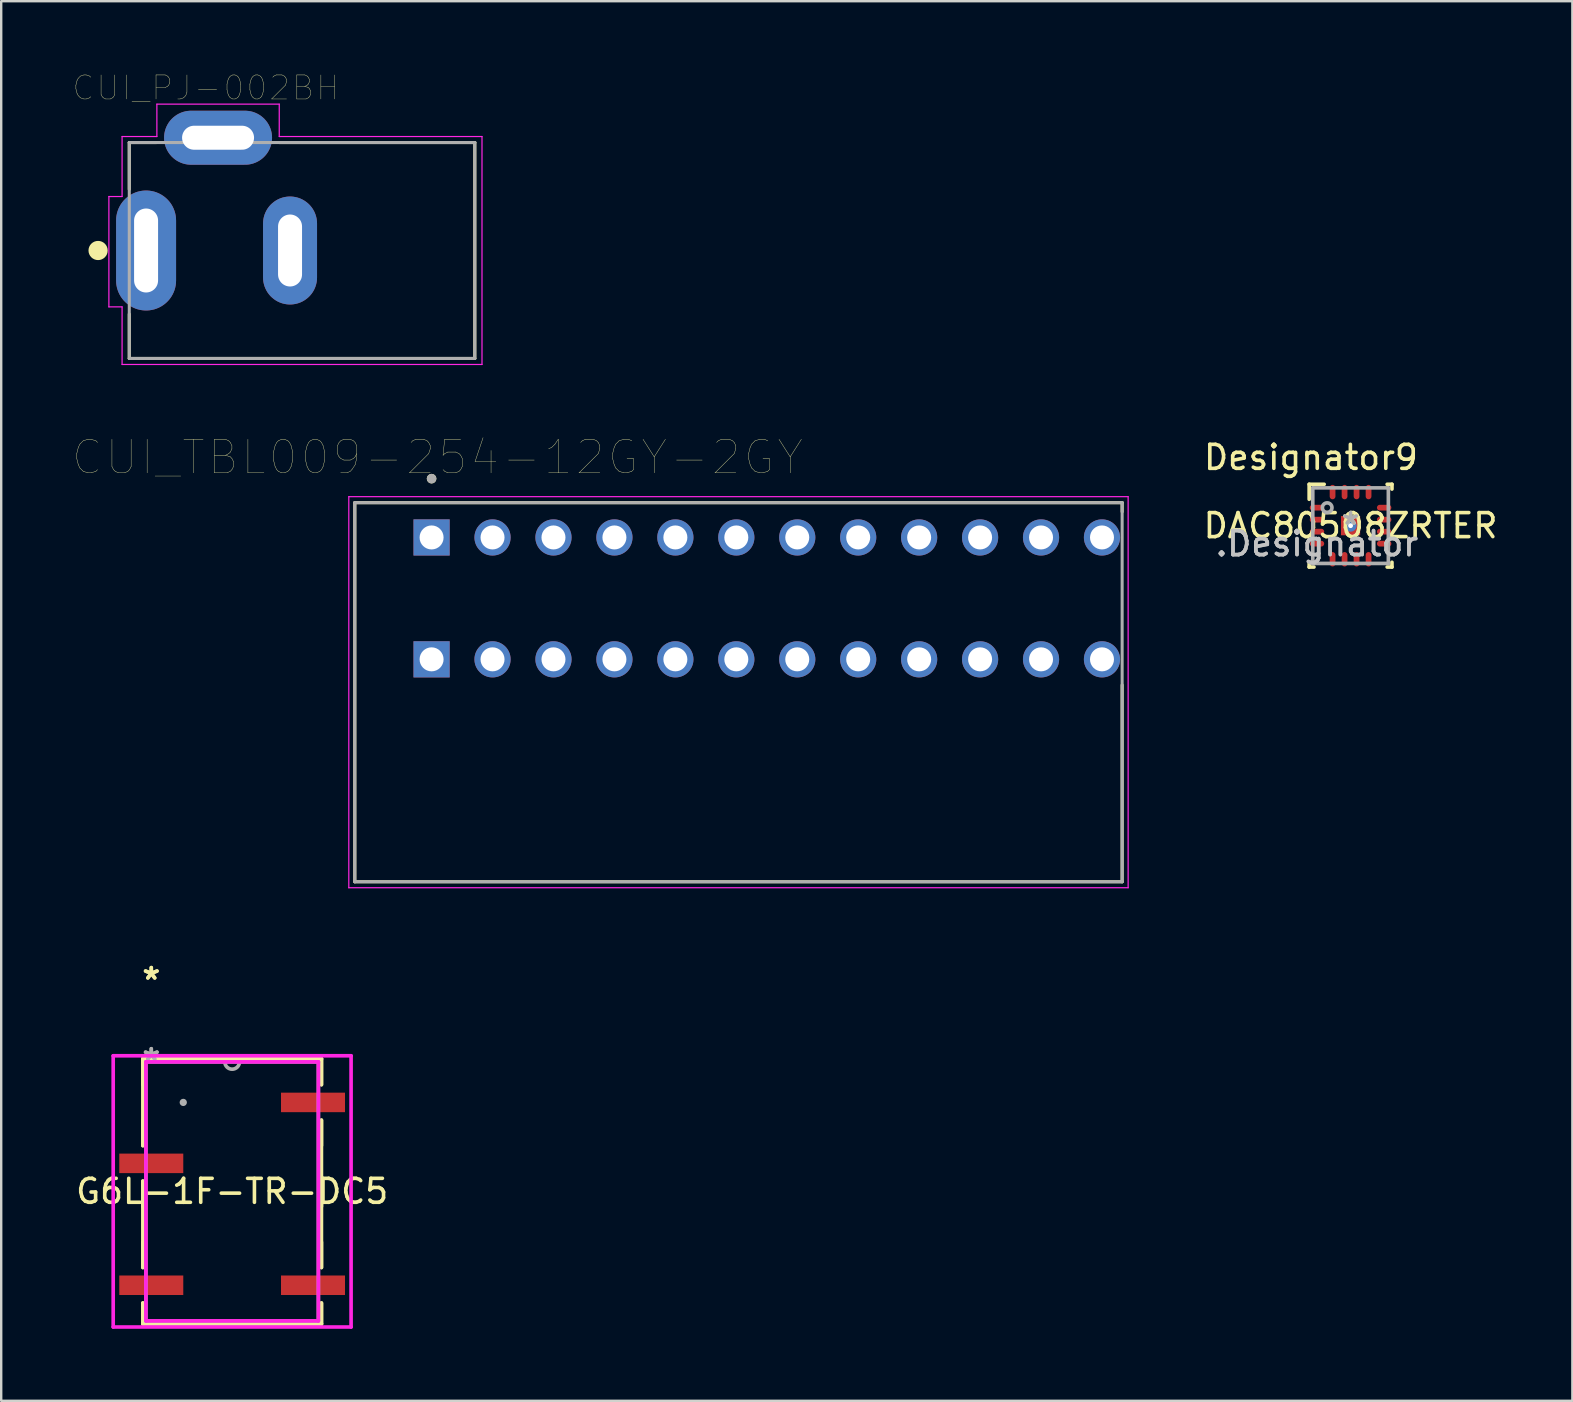
<source format=kicad_pcb>
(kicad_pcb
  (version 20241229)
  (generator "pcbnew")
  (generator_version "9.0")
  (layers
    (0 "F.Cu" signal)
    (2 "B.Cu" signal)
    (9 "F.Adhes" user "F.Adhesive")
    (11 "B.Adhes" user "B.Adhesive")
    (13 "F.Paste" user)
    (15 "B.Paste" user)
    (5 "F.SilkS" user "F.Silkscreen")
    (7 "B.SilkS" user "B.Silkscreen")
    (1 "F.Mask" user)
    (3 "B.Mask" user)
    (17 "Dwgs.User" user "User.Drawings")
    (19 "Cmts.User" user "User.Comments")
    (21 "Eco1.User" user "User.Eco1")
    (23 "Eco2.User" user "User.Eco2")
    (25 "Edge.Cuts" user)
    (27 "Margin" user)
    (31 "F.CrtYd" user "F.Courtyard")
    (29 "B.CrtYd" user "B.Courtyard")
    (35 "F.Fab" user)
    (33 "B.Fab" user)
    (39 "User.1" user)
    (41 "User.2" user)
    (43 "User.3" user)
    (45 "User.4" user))
  (footprint "DAC80508ZRTER"
    (layer "F.Cu")
    (at 53.237 18.858)
    (property "Reference" "DAC80508ZRTER" (at 0 0 0) (layer "F.SilkS") (effects (font (size 1 1) (thickness 0.15))))
    (attr through_hole)
    (fp_line (start -1.725 -1.725) (end -1.1 -1.725) (stroke (width 0.152) (type solid)) (layer "F.SilkS"))
    (fp_line (start -1.725 -1.1) (end -1.725 -1.725) (stroke (width 0.152) (type solid)) (layer "F.SilkS"))
    (fp_line (start -1.725 1.725) (end -1.725 1.525) (stroke (width 0.152) (type solid)) (layer "F.SilkS"))
    (fp_line (start -1.725 1.725) (end -1.525 1.725) (stroke (width 0.152) (type solid)) (layer "F.SilkS"))
    (fp_line (start 1.525 -1.725) (end 1.725 -1.725) (stroke (width 0.152) (type solid)) (layer "F.SilkS"))
    (fp_line (start 1.525 1.725) (end 1.725 1.725) (stroke (width 0.152) (type solid)) (layer "F.SilkS"))
    (fp_line (start 1.725 -1.525) (end 1.725 -1.725) (stroke (width 0.152) (type solid)) (layer "F.SilkS"))
    (fp_line (start 1.725 1.725) (end 1.725 1.525) (stroke (width 0.152) (type solid)) (layer "F.SilkS"))
    (fp_line (start -0.379 -0.379) (end -0.379 0.379) (stroke (width 0.152) (type solid)) (layer "F.Paste"))
    (fp_line (start -0.379 0.379) (end 0.379 0.379) (stroke (width 0.152) (type solid)) (layer "F.Paste"))
    (fp_line (start 0.379 -0.379) (end -0.379 -0.379) (stroke (width 0.152) (type solid)) (layer "F.Paste"))
    (fp_line (start 0.379 0.379) (end 0.379 -0.379) (stroke (width 0.152) (type solid)) (layer "F.Paste"))
    (fp_line (start -1.575 -1.575) (end 1.575 -1.575) (stroke (width 0.152) (type solid)) (layer "F.Fab"))
    (fp_line (start -1.575 1.575) (end -1.575 -1.575) (stroke (width 0.152) (type solid)) (layer "F.Fab"))
    (fp_line (start -1.575 1.575) (end 1.575 1.575) (stroke (width 0.152) (type solid)) (layer "F.Fab"))
    (fp_line (start 1.575 1.575) (end 1.575 -1.575) (stroke (width 0.152) (type solid)) (layer "F.Fab"))
    (fp_circle (center -0.975 -0.75) (end -0.775 -0.75) (stroke (width 0.152) (type solid)) (fill no) (layer "F.Fab"))
    (fp_text user "*" (at 0 0 0) (layer "F.SilkS") (effects (font (size 1 1) (thickness 0.15))))
    (fp_text user "Designator9" (at -1.651 -2.845 0) (layer "F.SilkS") (effects (font (size 1 1) (thickness 0.15))))
    (fp_text user ".Designator" (at -1.4 0.75 0) (layer "Dwgs.User") (effects (font (size 1 1) (thickness 0.15))))
    (fp_text user "Copyright 2016 Accelerated Designs. All rights reserved." (at 0 0 0) (layer "Cmts.User") (effects (font (size 0.127 0.127) (thickness 0.002))))
    (fp_text user "*" (at 0 0 0) (layer "F.Fab") (effects (font (size 1 1) (thickness 0.15))))
    (fp_text user ".Designator" (at -1.4 0.75 0) (layer "F.Fab") (effects (font (size 1 1) (thickness 0.15))))
    (pad "1" smd oval (at -1.4 -0.75 90) (size 0.24 0.6) (layers "F.Cu" "F.Mask" "F.Paste"))
    (pad "2" smd oval (at -1.4 -0.25 90) (size 0.24 0.6) (layers "F.Cu" "F.Mask" "F.Paste"))
    (pad "3" smd oval (at -1.4 0.25 90) (size 0.24 0.6) (layers "F.Cu" "F.Mask" "F.Paste"))
    (pad "4" smd oval (at -1.4 0.75 90) (size 0.24 0.6) (layers "F.Cu" "F.Mask" "F.Paste"))
    (pad "5" smd oval (at -0.75 1.4) (size 0.24 0.6) (layers "F.Cu" "F.Mask" "F.Paste"))
    (pad "6" smd oval (at -0.25 1.4) (size 0.24 0.6) (layers "F.Cu" "F.Mask" "F.Paste"))
    (pad "7" smd oval (at 0.25 1.4) (size 0.24 0.6) (layers "F.Cu" "F.Mask" "F.Paste"))
    (pad "8" smd oval (at 0.75 1.4) (size 0.24 0.6) (layers "F.Cu" "F.Mask" "F.Paste"))
    (pad "9" smd oval (at 1.4 0.75 90) (size 0.24 0.6) (layers "F.Cu" "F.Mask" "F.Paste"))
    (pad "10" smd oval (at 1.4 0.25 90) (size 0.24 0.6) (layers "F.Cu" "F.Mask" "F.Paste"))
    (pad "11" smd oval (at 1.4 -0.25 90) (size 0.24 0.6) (layers "F.Cu" "F.Mask" "F.Paste"))
    (pad "12" smd oval (at 1.4 -0.75 90) (size 0.24 0.6) (layers "F.Cu" "F.Mask" "F.Paste"))
    (pad "13" smd oval (at 0.75 -1.4) (size 0.24 0.6) (layers "F.Cu" "F.Mask" "F.Paste"))
    (pad "14" smd oval (at 0.25 -1.4) (size 0.24 0.6) (layers "F.Cu" "F.Mask" "F.Paste"))
    (pad "15" smd oval (at -0.25 -1.4) (size 0.24 0.6) (layers "F.Cu" "F.Mask" "F.Paste"))
    (pad "16" smd oval (at -0.75 -1.4) (size 0.24 0.6) (layers "F.Cu" "F.Mask" "F.Paste"))
    (pad "17" smd rect (at 0.000003 0) (size 0.8 0.8) (layers "F.Cu" "F.Mask" "F.Paste"))
    (pad "V" thru_hole circle (at 0.000003 0) (size 0.5 0.5) (drill 0.203) (layers "*.Cu" "*.Mask")))
  (footprint "G6L-1F-TR-DC5"
    (layer "F.Cu")
    (at 6.625 46.603)
    (property "Reference" "G6L-1F-TR-DC5" (at 0 0 0) (layer "F.SilkS") (effects (font (size 1 1) (thickness 0.15))))
    (attr through_hole)
    (fp_line (start -3.721 -5.524) (end -3.721 -4.447) (stroke (width 0.152) (type solid)) (layer "F.SilkS"))
    (fp_line (start -3.721 -5.524) (end 3.721 -5.524) (stroke (width 0.152) (type solid)) (layer "F.SilkS"))
    (fp_line (start -3.721 -2.968) (end -3.721 -1.907) (stroke (width 0.152) (type solid)) (layer "F.SilkS"))
    (fp_line (start -3.721 -1.907) (end -3.721 -5.524) (stroke (width 0.152) (type solid)) (layer "F.SilkS"))
    (fp_line (start -3.721 -0.428) (end -3.721 0.633) (stroke (width 0.152) (type solid)) (layer "F.SilkS"))
    (fp_line (start -3.721 2.112) (end -3.721 3.173) (stroke (width 0.152) (type solid)) (layer "F.SilkS"))
    (fp_line (start -3.721 3.173) (end -3.721 -0.428) (stroke (width 0.152) (type solid)) (layer "F.SilkS"))
    (fp_line (start -3.721 4.652) (end -3.721 5.524) (stroke (width 0.152) (type solid)) (layer "F.SilkS"))
    (fp_line (start -3.721 5.524) (end -3.721 4.652) (stroke (width 0.152) (type solid)) (layer "F.SilkS"))
    (fp_line (start -3.721 5.524) (end 3.721 5.524) (stroke (width 0.152) (type solid)) (layer "F.SilkS"))
    (fp_line (start 3.721 -5.524) (end -3.721 -5.524) (stroke (width 0.152) (type solid)) (layer "F.SilkS"))
    (fp_line (start 3.721 -5.524) (end 3.721 -4.447) (stroke (width 0.152) (type solid)) (layer "F.SilkS"))
    (fp_line (start 3.721 -4.447) (end 3.721 -5.524) (stroke (width 0.152) (type solid)) (layer "F.SilkS"))
    (fp_line (start 3.721 -2.968) (end 3.721 3.173) (stroke (width 0.152) (type solid)) (layer "F.SilkS"))
    (fp_line (start 3.721 -1.907) (end 3.721 -2.968) (stroke (width 0.152) (type solid)) (layer "F.SilkS"))
    (fp_line (start 3.721 0.633) (end 3.721 -0.428) (stroke (width 0.152) (type solid)) (layer "F.SilkS"))
    (fp_line (start 3.721 3.173) (end 3.721 2.112) (stroke (width 0.152) (type solid)) (layer "F.SilkS"))
    (fp_line (start 3.721 4.652) (end 3.721 5.524) (stroke (width 0.152) (type solid)) (layer "F.SilkS"))
    (fp_line (start 3.721 5.524) (end -3.721 5.524) (stroke (width 0.152) (type solid)) (layer "F.SilkS"))
    (fp_line (start 3.721 5.524) (end 3.721 4.652) (stroke (width 0.152) (type solid)) (layer "F.SilkS"))
    (fp_line (start -4.957 -5.652) (end 4.957 -5.652) (stroke (width 0.152) (type solid)) (layer "F.CrtYd"))
    (fp_line (start -4.957 5.652) (end -4.957 -5.652) (stroke (width 0.152) (type solid)) (layer "F.CrtYd"))
    (fp_line (start -3.594 -5.397) (end 3.594 -5.397) (stroke (width 0.152) (type solid)) (layer "F.CrtYd"))
    (fp_line (start -3.594 5.397) (end -3.594 -5.397) (stroke (width 0.152) (type solid)) (layer "F.CrtYd"))
    (fp_line (start 3.594 -5.397) (end 3.594 5.397) (stroke (width 0.152) (type solid)) (layer "F.CrtYd"))
    (fp_line (start 3.594 5.397) (end -3.594 5.397) (stroke (width 0.152) (type solid)) (layer "F.CrtYd"))
    (fp_line (start 4.957 -5.652) (end 4.957 5.652) (stroke (width 0.152) (type solid)) (layer "F.CrtYd"))
    (fp_line (start 4.957 5.652) (end -4.957 5.652) (stroke (width 0.152) (type solid)) (layer "F.CrtYd"))
    (fp_line (start -3.594 -5.397) (end -3.594 5.397) (stroke (width 0.152) (type solid)) (layer "F.Fab"))
    (fp_line (start -3.594 5.397) (end 3.594 5.397) (stroke (width 0.152) (type solid)) (layer "F.Fab"))
    (fp_line (start 3.594 -5.397) (end -3.594 -5.397) (stroke (width 0.152) (type solid)) (layer "F.Fab"))
    (fp_line (start 3.594 5.397) (end 3.594 -5.397) (stroke (width 0.152) (type solid)) (layer "F.Fab"))
    (fp_arc (start 0.3048 -5.3975) (mid 0 -5.0927) (end -0.3048 -5.3975) (stroke (width 0.1524) (type solid)) (layer "F.Fab"))
    (fp_circle (center -2.037 -3.708) (end -2.037 -3.708) (stroke (width 0.152) (type solid)) (fill no) (layer "F.Fab"))
    (fp_text user "*" (at -3.37 -8.781 0) (layer "F.SilkS") (effects (font (size 1 1) (thickness 0.15))))
    (fp_text user "*" (at -3.37 -8.781 0) (layer "F.SilkS") (effects (font (size 1 1) (thickness 0.15))))
    (fp_text user "Copyright 2016 Accelerated Designs. All rights reserved." (at 0 0 0) (layer "Cmts.User") (effects (font (size 0.127 0.127) (thickness 0.002))))
    (fp_text user "*" (at -3.37 -5.401 0) (layer "F.Fab") (effects (font (size 1 1) (thickness 0.15))))
    (fp_text user "*" (at -3.37 -5.401 0) (layer "F.Fab") (effects (font (size 1 1) (thickness 0.15))))
    (pad "2" smd rect (at -3.37 -1.168) (size 2.667 0.813) (layers "F.Cu" "F.Mask" "F.Paste"))
    (pad "4" smd rect (at -3.37 3.912) (size 2.667 0.813) (layers "F.Cu" "F.Mask" "F.Paste"))
    (pad "5" smd rect (at 3.37 3.912) (size 2.667 0.813) (layers "F.Cu" "F.Mask" "F.Paste"))
    (pad "8" smd rect (at 3.37 -3.708) (size 2.667 0.813) (layers "F.Cu" "F.Mask" "F.Paste")))
  (footprint "CUI_TBL009-254-12GY-2GY"
    (layer "F.Cu")
    (at 14.937 19.349)
    (property "Reference" "CUI_TBL009-254-12GY-2GY" (at 0.245 -3.339 0) (layer "F.SilkS") (effects (font (size 1.4 1.4) (thickness 0.015))))
    (attr through_hole)
    (fp_line (start -3.2 -1.45) (end 28.78 -1.45) (stroke (width 0.127) (type solid)) (layer "F.SilkS"))
    (fp_line (start -3.2 14.35) (end -3.2 -1.45) (stroke (width 0.127) (type solid)) (layer "F.SilkS"))
    (fp_line (start 28.78 -1.45) (end 28.78 -1.07) (stroke (width 0.127) (type solid)) (layer "F.SilkS"))
    (fp_line (start 28.78 6.15) (end 28.78 14.35) (stroke (width 0.127) (type solid)) (layer "F.SilkS"))
    (fp_line (start 28.78 14.35) (end -3.2 14.35) (stroke (width 0.127) (type solid)) (layer "F.SilkS"))
    (fp_circle (center 0 -2.45) (end 0.1 -2.45) (stroke (width 0.2) (type solid)) (fill no) (layer "F.SilkS"))
    (fp_line (start -3.45 -1.7) (end 29.03 -1.7) (stroke (width 0.05) (type solid)) (layer "F.CrtYd"))
    (fp_line (start -3.45 14.6) (end -3.45 -1.7) (stroke (width 0.05) (type solid)) (layer "F.CrtYd"))
    (fp_line (start 29.03 -1.7) (end 29.03 14.6) (stroke (width 0.05) (type solid)) (layer "F.CrtYd"))
    (fp_line (start 29.03 14.6) (end -3.45 14.6) (stroke (width 0.05) (type solid)) (layer "F.CrtYd"))
    (fp_line (start -3.2 -1.45) (end 28.78 -1.45) (stroke (width 0.127) (type solid)) (layer "F.Fab"))
    (fp_line (start -3.2 14.35) (end -3.2 -1.45) (stroke (width 0.127) (type solid)) (layer "F.Fab"))
    (fp_line (start 28.78 -1.45) (end 28.78 14.35) (stroke (width 0.127) (type solid)) (layer "F.Fab"))
    (fp_line (start 28.78 14.35) (end -3.2 14.35) (stroke (width 0.127) (type solid)) (layer "F.Fab"))
    (fp_circle (center 0 -2.45) (end 0.1 -2.45) (stroke (width 0.2) (type solid)) (fill no) (layer "F.Fab"))
    (pad "1_A" thru_hole rect (at 0 0) (size 1.508 1.508) (drill 1) (layers "*.Cu" "*.Mask"))
    (pad "1_B" thru_hole rect (at 0 5.08) (size 1.508 1.508) (drill 1) (layers "*.Cu" "*.Mask"))
    (pad "2_A" thru_hole circle (at 2.54 0) (size 1.508 1.508) (drill 1) (layers "*.Cu" "*.Mask"))
    (pad "2_B" thru_hole circle (at 2.54 5.08) (size 1.508 1.508) (drill 1) (layers "*.Cu" "*.Mask"))
    (pad "3_A" thru_hole circle (at 5.08 0) (size 1.508 1.508) (drill 1) (layers "*.Cu" "*.Mask"))
    (pad "3_B" thru_hole circle (at 5.08 5.08) (size 1.508 1.508) (drill 1) (layers "*.Cu" "*.Mask"))
    (pad "4_A" thru_hole circle (at 7.62 0) (size 1.508 1.508) (drill 1) (layers "*.Cu" "*.Mask"))
    (pad "4_B" thru_hole circle (at 7.62 5.08) (size 1.508 1.508) (drill 1) (layers "*.Cu" "*.Mask"))
    (pad "5_A" thru_hole circle (at 10.16 0) (size 1.508 1.508) (drill 1) (layers "*.Cu" "*.Mask"))
    (pad "5_B" thru_hole circle (at 10.16 5.08) (size 1.508 1.508) (drill 1) (layers "*.Cu" "*.Mask"))
    (pad "6_A" thru_hole circle (at 12.7 0) (size 1.508 1.508) (drill 1) (layers "*.Cu" "*.Mask"))
    (pad "6_B" thru_hole circle (at 12.7 5.08) (size 1.508 1.508) (drill 1) (layers "*.Cu" "*.Mask"))
    (pad "7_A" thru_hole circle (at 15.24 0) (size 1.508 1.508) (drill 1) (layers "*.Cu" "*.Mask"))
    (pad "7_B" thru_hole circle (at 15.24 5.08) (size 1.508 1.508) (drill 1) (layers "*.Cu" "*.Mask"))
    (pad "8_A" thru_hole circle (at 17.78 0) (size 1.508 1.508) (drill 1) (layers "*.Cu" "*.Mask"))
    (pad "8_B" thru_hole circle (at 17.78 5.08) (size 1.508 1.508) (drill 1) (layers "*.Cu" "*.Mask"))
    (pad "9_A" thru_hole circle (at 20.32 0) (size 1.508 1.508) (drill 1) (layers "*.Cu" "*.Mask"))
    (pad "9_B" thru_hole circle (at 20.32 5.08) (size 1.508 1.508) (drill 1) (layers "*.Cu" "*.Mask"))
    (pad "10_A" thru_hole circle (at 22.86 0) (size 1.508 1.508) (drill 1) (layers "*.Cu" "*.Mask"))
    (pad "10_B" thru_hole circle (at 22.86 5.08) (size 1.508 1.508) (drill 1) (layers "*.Cu" "*.Mask"))
    (pad "11_A" thru_hole circle (at 25.4 0) (size 1.508 1.508) (drill 1) (layers "*.Cu" "*.Mask"))
    (pad "11_B" thru_hole circle (at 25.4 5.08) (size 1.508 1.508) (drill 1) (layers "*.Cu" "*.Mask"))
    (pad "12_A" thru_hole circle (at 27.94 0) (size 1.508 1.508) (drill 1) (layers "*.Cu" "*.Mask"))
    (pad "12_B" thru_hole circle (at 27.94 5.08) (size 1.508 1.508) (drill 1) (layers "*.Cu" "*.Mask")))
  (footprint "CUI_PJ-002BH"
    (layer "F.Cu")
    (at 3.038 7.39)
    (property "Reference" "CUI_PJ-002BH" (at 2.49 -6.778 0) (layer "F.SilkS") (effects (font (size 1.002 1.002) (thickness 0.015))))
    (attr through_hole)
    (fp_line (start -0.7 -4.5) (end 0.45 -4.5) (stroke (width 0.127) (type solid)) (layer "F.SilkS"))
    (fp_line (start -0.7 -2.55) (end -0.7 -4.5) (stroke (width 0.127) (type solid)) (layer "F.SilkS"))
    (fp_line (start -0.7 4.5) (end -0.7 2.65) (stroke (width 0.127) (type solid)) (layer "F.SilkS"))
    (fp_line (start 5.55 -4.5) (end 13.7 -4.5) (stroke (width 0.127) (type solid)) (layer "F.SilkS"))
    (fp_line (start 13.7 -4.5) (end 13.7 4.5) (stroke (width 0.127) (type solid)) (layer "F.SilkS"))
    (fp_line (start 13.7 4.5) (end -0.7 4.5) (stroke (width 0.127) (type solid)) (layer "F.SilkS"))
    (fp_circle (center -2 0) (end -1.8 0) (stroke (width 0.4) (type solid)) (fill no) (layer "F.SilkS"))
    (fp_line (start -1.55 -2.25) (end -1.55 2.35) (stroke (width 0.05) (type solid)) (layer "F.CrtYd"))
    (fp_line (start -1.55 2.35) (end -1 2.35) (stroke (width 0.05) (type solid)) (layer "F.CrtYd"))
    (fp_line (start -1 -4.75) (end 0.45 -4.75) (stroke (width 0.05) (type solid)) (layer "F.CrtYd"))
    (fp_line (start -1 -2.25) (end -1.55 -2.25) (stroke (width 0.05) (type solid)) (layer "F.CrtYd"))
    (fp_line (start -1 -2.25) (end -1 -4.75) (stroke (width 0.05) (type solid)) (layer "F.CrtYd"))
    (fp_line (start -1 4.75) (end -1 2.35) (stroke (width 0.05) (type solid)) (layer "F.CrtYd"))
    (fp_line (start 0.45 -6.1) (end 5.55 -6.1) (stroke (width 0.05) (type solid)) (layer "F.CrtYd"))
    (fp_line (start 0.45 -4.75) (end 0.45 -6.1) (stroke (width 0.05) (type solid)) (layer "F.CrtYd"))
    (fp_line (start 5.55 -6.1) (end 5.55 -4.75) (stroke (width 0.05) (type solid)) (layer "F.CrtYd"))
    (fp_line (start 5.55 -4.75) (end 14 -4.75) (stroke (width 0.05) (type solid)) (layer "F.CrtYd"))
    (fp_line (start 14 -4.75) (end 14 4.75) (stroke (width 0.05) (type solid)) (layer "F.CrtYd"))
    (fp_line (start 14 4.75) (end -1 4.75) (stroke (width 0.05) (type solid)) (layer "F.CrtYd"))
    (fp_line (start -0.7 -4.5) (end 13.7 -4.5) (stroke (width 0.127) (type solid)) (layer "F.Fab"))
    (fp_line (start -0.7 4.5) (end -0.7 -4.5) (stroke (width 0.127) (type solid)) (layer "F.Fab"))
    (fp_line (start 13.7 -4.5) (end 13.7 4.5) (stroke (width 0.127) (type solid)) (layer "F.Fab"))
    (fp_line (start 13.7 4.5) (end -0.7 4.5) (stroke (width 0.127) (type solid)) (layer "F.Fab"))
    (pad "1" thru_hole oval (at 0 0) (size 2.5 5) (drill oval 1 3.5) (layers "*.Cu" "*.Mask"))
    (pad "2" thru_hole oval (at 6 0) (size 2.25 4.5) (drill oval 1 3) (layers "*.Cu" "*.Mask"))
    (pad "3" thru_hole oval (at 3 -4.7) (size 4.5 2.25) (drill oval 3 1) (layers "*.Cu" "*.Mask")))
  (gr_rect
    (start -3 -3)
    (end 62.481 55.331)
    (stroke (width 0.1) (type default))
    (fill no)
    (layer "Edge.Cuts")))
</source>
